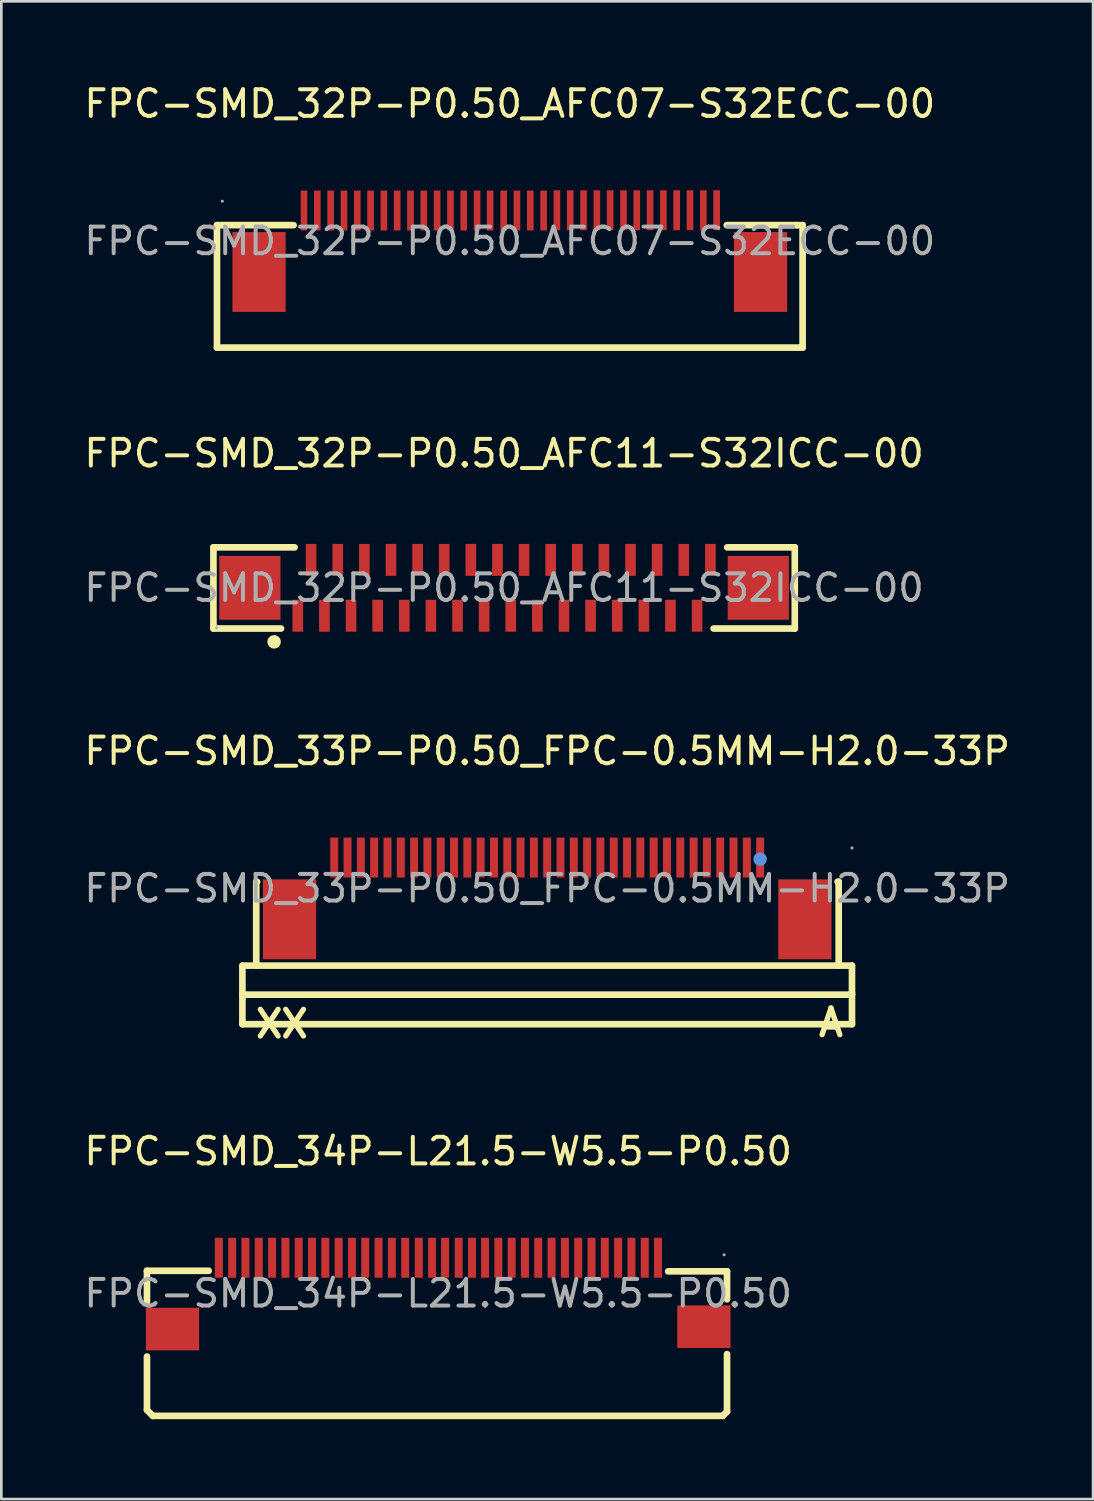
<source format=kicad_pcb>
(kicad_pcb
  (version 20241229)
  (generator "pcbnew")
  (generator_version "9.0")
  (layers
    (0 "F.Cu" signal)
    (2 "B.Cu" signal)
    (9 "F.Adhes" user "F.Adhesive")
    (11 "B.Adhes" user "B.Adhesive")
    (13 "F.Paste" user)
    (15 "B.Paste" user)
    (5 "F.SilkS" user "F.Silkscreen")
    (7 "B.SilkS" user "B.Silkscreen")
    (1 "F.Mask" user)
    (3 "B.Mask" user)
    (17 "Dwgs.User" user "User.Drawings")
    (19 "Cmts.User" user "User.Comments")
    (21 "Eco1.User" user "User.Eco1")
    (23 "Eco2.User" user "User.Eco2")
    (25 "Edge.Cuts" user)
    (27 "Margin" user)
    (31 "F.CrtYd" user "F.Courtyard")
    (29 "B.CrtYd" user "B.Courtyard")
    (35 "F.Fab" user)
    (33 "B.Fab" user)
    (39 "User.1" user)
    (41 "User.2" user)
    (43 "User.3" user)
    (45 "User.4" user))
  (footprint "FPC-SMD_32P-P0.50_AFC07-S32ECC-00"
    (layer "F.Cu")
    (at 16.101 6.008)
    (property "Reference" "FPC-SMD_32P-P0.50_AFC07-S32ECC-00" (at 0 -5.16 0) (layer "F.SilkS") (effects (font (size 1 1) (thickness 0.15))))
    (attr through_hole)
    (fp_line (start -11 -0.6) (end -11 4) (stroke (width 0.25) (type solid)) (layer "F.SilkS"))
    (fp_line (start -11 4) (end 11 4) (stroke (width 0.25) (type solid)) (layer "F.SilkS"))
    (fp_line (start -10.8 -0.6) (end -11 -0.6) (stroke (width 0.25) (type solid)) (layer "F.SilkS"))
    (fp_line (start -10.8 -0.6) (end -8.12 -0.6) (stroke (width 0.25) (type solid)) (layer "F.SilkS"))
    (fp_line (start 8.15 -0.6) (end 10.79 -0.6) (stroke (width 0.25) (type solid)) (layer "F.SilkS"))
    (fp_line (start 10.79 -0.6) (end 11 -0.6) (stroke (width 0.25) (type solid)) (layer "F.SilkS"))
    (fp_line (start 11 4) (end 11 -0.6) (stroke (width 0.25) (type solid)) (layer "F.SilkS"))
    (fp_circle (center -10.8 -1.5) (end -10.77 -1.5) (stroke (width 0.06) (type solid)) (fill no) (layer "F.Fab"))
    (fp_text user "${REFERENCE}" (at 0 0 0) (layer "F.Fab") (effects (font (size 1 1) (thickness 0.15))))
    (pad "1" smd rect (at -7.73 -1.15) (size 0.25 1.5) (layers "F.Cu" "F.Mask" "F.Paste"))
    (pad "2" smd rect (at -7.23 -1.15) (size 0.25 1.5) (layers "F.Cu" "F.Mask" "F.Paste"))
    (pad "3" smd rect (at -6.73 -1.15) (size 0.25 1.5) (layers "F.Cu" "F.Mask" "F.Paste"))
    (pad "4" smd rect (at -6.23 -1.15) (size 0.25 1.5) (layers "F.Cu" "F.Mask" "F.Paste"))
    (pad "5" smd rect (at -5.73 -1.15) (size 0.25 1.5) (layers "F.Cu" "F.Mask" "F.Paste"))
    (pad "6" smd rect (at -5.23 -1.15) (size 0.25 1.5) (layers "F.Cu" "F.Mask" "F.Paste"))
    (pad "7" smd rect (at -4.73 -1.15) (size 0.25 1.5) (layers "F.Cu" "F.Mask" "F.Paste"))
    (pad "8" smd rect (at -4.23 -1.15) (size 0.25 1.5) (layers "F.Cu" "F.Mask" "F.Paste"))
    (pad "9" smd rect (at -3.73 -1.15) (size 0.25 1.5) (layers "F.Cu" "F.Mask" "F.Paste"))
    (pad "10" smd rect (at -3.23 -1.15) (size 0.25 1.5) (layers "F.Cu" "F.Mask" "F.Paste"))
    (pad "11" smd rect (at -2.73 -1.15) (size 0.25 1.5) (layers "F.Cu" "F.Mask" "F.Paste"))
    (pad "12" smd rect (at -2.23 -1.15) (size 0.25 1.5) (layers "F.Cu" "F.Mask" "F.Paste"))
    (pad "13" smd rect (at -1.73 -1.15) (size 0.25 1.5) (layers "F.Cu" "F.Mask" "F.Paste"))
    (pad "14" smd rect (at -1.23 -1.15) (size 0.25 1.5) (layers "F.Cu" "F.Mask" "F.Paste"))
    (pad "15" smd rect (at -0.74 -1.15) (size 0.25 1.5) (layers "F.Cu" "F.Mask" "F.Paste"))
    (pad "16" smd rect (at -0.23 -1.15) (size 0.25 1.5) (layers "F.Cu" "F.Mask" "F.Paste"))
    (pad "17" smd rect (at 0.27 -1.15) (size 0.25 1.5) (layers "F.Cu" "F.Mask" "F.Paste"))
    (pad "18" smd rect (at 0.77 -1.15) (size 0.25 1.5) (layers "F.Cu" "F.Mask" "F.Paste"))
    (pad "19" smd rect (at 1.27 -1.15) (size 0.25 1.5) (layers "F.Cu" "F.Mask" "F.Paste"))
    (pad "20" smd rect (at 1.77 -1.16) (size 0.25 1.5) (layers "F.Cu" "F.Mask" "F.Paste"))
    (pad "21" smd rect (at 2.27 -1.16) (size 0.25 1.5) (layers "F.Cu" "F.Mask" "F.Paste"))
    (pad "22" smd rect (at 2.77 -1.16) (size 0.25 1.5) (layers "F.Cu" "F.Mask" "F.Paste"))
    (pad "23" smd rect (at 3.27 -1.16) (size 0.25 1.5) (layers "F.Cu" "F.Mask" "F.Paste"))
    (pad "24" smd rect (at 3.77 -1.16) (size 0.25 1.5) (layers "F.Cu" "F.Mask" "F.Paste"))
    (pad "25" smd rect (at 4.27 -1.16) (size 0.25 1.5) (layers "F.Cu" "F.Mask" "F.Paste"))
    (pad "26" smd rect (at 4.77 -1.16) (size 0.25 1.5) (layers "F.Cu" "F.Mask" "F.Paste"))
    (pad "27" smd rect (at 5.27 -1.16) (size 0.25 1.5) (layers "F.Cu" "F.Mask" "F.Paste"))
    (pad "28" smd rect (at 5.77 -1.16) (size 0.25 1.5) (layers "F.Cu" "F.Mask" "F.Paste"))
    (pad "29" smd rect (at 6.27 -1.16) (size 0.25 1.5) (layers "F.Cu" "F.Mask" "F.Paste"))
    (pad "30" smd rect (at 6.77 -1.16) (size 0.25 1.5) (layers "F.Cu" "F.Mask" "F.Paste"))
    (pad "31" smd rect (at 7.27 -1.16) (size 0.25 1.5) (layers "F.Cu" "F.Mask" "F.Paste"))
    (pad "32" smd rect (at 7.77 -1.16) (size 0.25 1.5) (layers "F.Cu" "F.Mask" "F.Paste"))
    (pad "33" smd rect (at 9.42 1.16 180) (size 2 3) (layers "F.Cu" "F.Mask" "F.Paste"))
    (pad "34" smd rect (at -9.42 1.16) (size 2 3) (layers "F.Cu" "F.Mask" "F.Paste")))
  (footprint "FPC-SMD_34P-L21.5-W5.5-P0.50"
    (layer "F.Cu")
    (at 13.411 45.539)
    (property "Reference" "FPC-SMD_34P-L21.5-W5.5-P0.50" (at 0 -5.34 0) (layer "F.SilkS") (effects (font (size 1 1) (thickness 0.15))))
    (attr through_hole)
    (fp_line (start -10.94 -0.85) (end -10.94 0.31) (stroke (width 0.25) (type solid)) (layer "F.SilkS"))
    (fp_line (start -10.94 2.37) (end -10.94 4.38) (stroke (width 0.25) (type solid)) (layer "F.SilkS"))
    (fp_line (start -10.94 4.38) (end -10.72 4.6) (stroke (width 0.25) (type solid)) (layer "F.SilkS"))
    (fp_line (start -10.72 4.6) (end 10.69 4.6) (stroke (width 0.25) (type solid)) (layer "F.SilkS"))
    (fp_line (start -8.62 -0.85) (end -10.94 -0.85) (stroke (width 0.25) (type solid)) (layer "F.SilkS"))
    (fp_line (start 8.64 -0.83) (end 10.85 -0.83) (stroke (width 0.25) (type solid)) (layer "F.SilkS"))
    (fp_line (start 10.85 -0.83) (end 10.85 0.22) (stroke (width 0.25) (type solid)) (layer "F.SilkS"))
    (fp_line (start 10.85 2.28) (end 10.85 4.44) (stroke (width 0.25) (type solid)) (layer "F.SilkS"))
    (fp_line (start 10.85 4.44) (end 10.69 4.6) (stroke (width 0.25) (type solid)) (layer "F.SilkS"))
    (fp_circle (center 10.74 -1.45) (end 10.77 -1.45) (stroke (width 0.06) (type solid)) (fill no) (layer "F.Fab"))
    (fp_text user "${REFERENCE}" (at 0 0 0) (layer "F.Fab") (effects (font (size 1 1) (thickness 0.15))))
    (pad "1" smd rect (at 8.26 -1.34 180) (size 0.3 1.5) (layers "F.Cu" "F.Mask" "F.Paste"))
    (pad "2" smd rect (at 7.76 -1.34 180) (size 0.3 1.5) (layers "F.Cu" "F.Mask" "F.Paste"))
    (pad "3" smd rect (at 7.26 -1.34 180) (size 0.3 1.5) (layers "F.Cu" "F.Mask" "F.Paste"))
    (pad "4" smd rect (at 6.76 -1.34 180) (size 0.3 1.5) (layers "F.Cu" "F.Mask" "F.Paste"))
    (pad "5" smd rect (at 6.26 -1.34 180) (size 0.3 1.5) (layers "F.Cu" "F.Mask" "F.Paste"))
    (pad "6" smd rect (at 5.76 -1.34 180) (size 0.3 1.5) (layers "F.Cu" "F.Mask" "F.Paste"))
    (pad "7" smd rect (at 5.26 -1.34 180) (size 0.3 1.5) (layers "F.Cu" "F.Mask" "F.Paste"))
    (pad "8" smd rect (at 4.76 -1.34 180) (size 0.3 1.5) (layers "F.Cu" "F.Mask" "F.Paste"))
    (pad "9" smd rect (at 4.26 -1.34 180) (size 0.3 1.5) (layers "F.Cu" "F.Mask" "F.Paste"))
    (pad "10" smd rect (at 3.76 -1.34 180) (size 0.3 1.5) (layers "F.Cu" "F.Mask" "F.Paste"))
    (pad "11" smd rect (at 3.26 -1.34 180) (size 0.3 1.5) (layers "F.Cu" "F.Mask" "F.Paste"))
    (pad "12" smd rect (at 2.76 -1.34 180) (size 0.3 1.5) (layers "F.Cu" "F.Mask" "F.Paste"))
    (pad "13" smd rect (at 2.26 -1.34 180) (size 0.3 1.5) (layers "F.Cu" "F.Mask" "F.Paste"))
    (pad "14" smd rect (at 1.76 -1.34 180) (size 0.3 1.5) (layers "F.Cu" "F.Mask" "F.Paste"))
    (pad "15" smd rect (at 1.27 -1.34 180) (size 0.3 1.5) (layers "F.Cu" "F.Mask" "F.Paste"))
    (pad "16" smd rect (at 0.77 -1.34 180) (size 0.3 1.5) (layers "F.Cu" "F.Mask" "F.Paste"))
    (pad "17" smd rect (at 0.26 -1.34 180) (size 0.3 1.5) (layers "F.Cu" "F.Mask" "F.Paste"))
    (pad "18" smd rect (at -0.23 -1.34 180) (size 0.3 1.5) (layers "F.Cu" "F.Mask" "F.Paste"))
    (pad "19" smd rect (at -0.73 -1.34 180) (size 0.3 1.5) (layers "F.Cu" "F.Mask" "F.Paste"))
    (pad "20" smd rect (at -1.24 -1.34 180) (size 0.3 1.5) (layers "F.Cu" "F.Mask" "F.Paste"))
    (pad "21" smd rect (at -1.74 -1.34 180) (size 0.3 1.5) (layers "F.Cu" "F.Mask" "F.Paste"))
    (pad "22" smd rect (at -2.24 -1.34 180) (size 0.3 1.5) (layers "F.Cu" "F.Mask" "F.Paste"))
    (pad "23" smd rect (at -2.74 -1.34 180) (size 0.3 1.5) (layers "F.Cu" "F.Mask" "F.Paste"))
    (pad "24" smd rect (at -3.24 -1.34 180) (size 0.3 1.5) (layers "F.Cu" "F.Mask" "F.Paste"))
    (pad "25" smd rect (at -3.74 -1.34 180) (size 0.3 1.5) (layers "F.Cu" "F.Mask" "F.Paste"))
    (pad "26" smd rect (at -4.24 -1.34 180) (size 0.3 1.5) (layers "F.Cu" "F.Mask" "F.Paste"))
    (pad "27" smd rect (at -4.74 -1.34 180) (size 0.3 1.5) (layers "F.Cu" "F.Mask" "F.Paste"))
    (pad "28" smd rect (at -5.24 -1.34 180) (size 0.3 1.5) (layers "F.Cu" "F.Mask" "F.Paste"))
    (pad "29" smd rect (at -5.74 -1.34 180) (size 0.3 1.5) (layers "F.Cu" "F.Mask" "F.Paste"))
    (pad "30" smd rect (at -6.24 -1.34 180) (size 0.3 1.5) (layers "F.Cu" "F.Mask" "F.Paste"))
    (pad "31" smd rect (at -6.74 -1.34 180) (size 0.3 1.5) (layers "F.Cu" "F.Mask" "F.Paste"))
    (pad "32" smd rect (at -7.24 -1.34 180) (size 0.3 1.5) (layers "F.Cu" "F.Mask" "F.Paste"))
    (pad "33" smd rect (at -7.74 -1.34 180) (size 0.3 1.5) (layers "F.Cu" "F.Mask" "F.Paste"))
    (pad "34" smd rect (at -8.24 -1.34 180) (size 0.3 1.5) (layers "F.Cu" "F.Mask" "F.Paste"))
    (pad "35" smd rect (at 9.98 1.25 180) (size 2 1.6) (layers "F.Cu" "F.Mask" "F.Paste"))
    (pad "36" smd rect (at -9.98 1.34) (size 2 1.6) (layers "F.Cu" "F.Mask" "F.Paste")))
  (footprint "FPC-SMD_32P-P0.50_AFC11-S32ICC-00"
    (layer "F.Cu")
    (at 15.887 19.032)
    (property "Reference" "FPC-SMD_32P-P0.50_AFC11-S32ICC-00" (at 0 -5.05 0) (layer "F.SilkS") (effects (font (size 1 1) (thickness 0.15))))
    (attr through_hole)
    (fp_line (start -10.92 -1.52) (end -7.87 -1.52) (stroke (width 0.25) (type solid)) (layer "F.SilkS"))
    (fp_line (start -10.92 1.53) (end -10.92 -1.52) (stroke (width 0.25) (type solid)) (layer "F.SilkS"))
    (fp_line (start -8.38 1.53) (end -10.92 1.53) (stroke (width 0.25) (type solid)) (layer "F.SilkS"))
    (fp_line (start 10.92 -1.52) (end 8.38 -1.52) (stroke (width 0.25) (type solid)) (layer "F.SilkS"))
    (fp_line (start 10.92 1.53) (end 7.87 1.53) (stroke (width 0.25) (type solid)) (layer "F.SilkS"))
    (fp_line (start 10.92 1.53) (end 10.92 -1.52) (stroke (width 0.25) (type solid)) (layer "F.SilkS"))
    (fp_circle (center -8.64 2.03) (end -8.51 2.03) (stroke (width 0.25) (type solid)) (fill no) (layer "F.SilkS"))
    (fp_circle (center -10.8 1.5) (end -10.77 1.5) (stroke (width 0.06) (type solid)) (fill no) (layer "F.Fab"))
    (fp_text user "${REFERENCE}" (at 0 0 0) (layer "F.Fab") (effects (font (size 1 1) (thickness 0.15))))
    (pad "1" smd rect (at -7.75 1.05) (size 0.4 1.2) (layers "F.Cu" "F.Mask" "F.Paste"))
    (pad "2" smd rect (at -7.25 -1.05) (size 0.4 1.2) (layers "F.Cu" "F.Mask" "F.Paste"))
    (pad "3" smd rect (at -6.75 1.05) (size 0.4 1.2) (layers "F.Cu" "F.Mask" "F.Paste"))
    (pad "4" smd rect (at -6.25 -1.05) (size 0.4 1.2) (layers "F.Cu" "F.Mask" "F.Paste"))
    (pad "5" smd rect (at -5.75 1.05) (size 0.4 1.2) (layers "F.Cu" "F.Mask" "F.Paste"))
    (pad "6" smd rect (at -5.25 -1.05) (size 0.4 1.2) (layers "F.Cu" "F.Mask" "F.Paste"))
    (pad "7" smd rect (at -4.75 1.05) (size 0.4 1.2) (layers "F.Cu" "F.Mask" "F.Paste"))
    (pad "8" smd rect (at -4.25 -1.05) (size 0.4 1.2) (layers "F.Cu" "F.Mask" "F.Paste"))
    (pad "9" smd rect (at -3.75 1.05) (size 0.4 1.2) (layers "F.Cu" "F.Mask" "F.Paste"))
    (pad "10" smd rect (at -3.25 -1.05) (size 0.4 1.2) (layers "F.Cu" "F.Mask" "F.Paste"))
    (pad "11" smd rect (at -2.75 1.05) (size 0.4 1.2) (layers "F.Cu" "F.Mask" "F.Paste"))
    (pad "12" smd rect (at -2.25 -1.05) (size 0.4 1.2) (layers "F.Cu" "F.Mask" "F.Paste"))
    (pad "13" smd rect (at -1.75 1.05) (size 0.4 1.2) (layers "F.Cu" "F.Mask" "F.Paste"))
    (pad "14" smd rect (at -1.25 -1.05) (size 0.4 1.2) (layers "F.Cu" "F.Mask" "F.Paste"))
    (pad "15" smd rect (at -0.75 1.05) (size 0.4 1.2) (layers "F.Cu" "F.Mask" "F.Paste"))
    (pad "16" smd rect (at -0.25 -1.05) (size 0.4 1.2) (layers "F.Cu" "F.Mask" "F.Paste"))
    (pad "17" smd rect (at 0.25 1.05) (size 0.4 1.2) (layers "F.Cu" "F.Mask" "F.Paste"))
    (pad "18" smd rect (at 0.75 -1.05) (size 0.4 1.2) (layers "F.Cu" "F.Mask" "F.Paste"))
    (pad "19" smd rect (at 1.25 1.05) (size 0.4 1.2) (layers "F.Cu" "F.Mask" "F.Paste"))
    (pad "20" smd rect (at 1.75 -1.05) (size 0.4 1.2) (layers "F.Cu" "F.Mask" "F.Paste"))
    (pad "21" smd rect (at 2.25 1.05) (size 0.4 1.2) (layers "F.Cu" "F.Mask" "F.Paste"))
    (pad "22" smd rect (at 2.75 -1.05) (size 0.4 1.2) (layers "F.Cu" "F.Mask" "F.Paste"))
    (pad "23" smd rect (at 3.25 1.05) (size 0.4 1.2) (layers "F.Cu" "F.Mask" "F.Paste"))
    (pad "24" smd rect (at 3.75 -1.05) (size 0.4 1.2) (layers "F.Cu" "F.Mask" "F.Paste"))
    (pad "25" smd rect (at 4.25 1.05) (size 0.4 1.2) (layers "F.Cu" "F.Mask" "F.Paste"))
    (pad "26" smd rect (at 4.75 -1.05) (size 0.4 1.2) (layers "F.Cu" "F.Mask" "F.Paste"))
    (pad "27" smd rect (at 5.25 1.05) (size 0.4 1.2) (layers "F.Cu" "F.Mask" "F.Paste"))
    (pad "28" smd rect (at 5.75 -1.05) (size 0.4 1.2) (layers "F.Cu" "F.Mask" "F.Paste"))
    (pad "29" smd rect (at 6.25 1.05) (size 0.4 1.2) (layers "F.Cu" "F.Mask" "F.Paste"))
    (pad "30" smd rect (at 6.75 -1.05) (size 0.4 1.2) (layers "F.Cu" "F.Mask" "F.Paste"))
    (pad "31" smd rect (at 7.25 1.05) (size 0.4 1.2) (layers "F.Cu" "F.Mask" "F.Paste"))
    (pad "32" smd rect (at 7.75 -1.05) (size 0.4 1.2) (layers "F.Cu" "F.Mask" "F.Paste"))
    (pad "33" smd rect (at -9.55 0) (size 2.3 2.4) (layers "F.Cu" "F.Mask" "F.Paste"))
    (pad "34" smd rect (at 9.55 0) (size 2.3 2.4) (layers "F.Cu" "F.Mask" "F.Paste")))
  (footprint "FPC-SMD_33P-P0.50_FPC-0.5MM-H2.0-33P"
    (layer "F.Cu")
    (at 17.506 30.325)
    (property "Reference" "FPC-SMD_33P-P0.50_FPC-0.5MM-H2.0-33P" (at 0 -5.16 0) (layer "F.SilkS") (effects (font (size 1 1) (thickness 0.15))))
    (attr through_hole)
    (fp_line (start -11.45 2.9) (end -11.45 3.95) (stroke (width 0.25) (type solid)) (layer "F.SilkS"))
    (fp_line (start -11.45 3.95) (end -11.45 5.1) (stroke (width 0.25) (type solid)) (layer "F.SilkS"))
    (fp_line (start -11.45 5.1) (end 11.45 5.1) (stroke (width 0.25) (type solid)) (layer "F.SilkS"))
    (fp_line (start -11.37 3.99) (end -11.45 4.07) (stroke (width 0.25) (type solid)) (layer "F.SilkS"))
    (fp_line (start -10.93 -0.25) (end -10.9 -0.25) (stroke (width 0.25) (type solid)) (layer "F.SilkS"))
    (fp_line (start -10.93 2.9) (end -10.93 -0.25) (stroke (width 0.25) (type solid)) (layer "F.SilkS"))
    (fp_line (start 10.91 -0.25) (end 10.95 -0.25) (stroke (width 0.25) (type solid)) (layer "F.SilkS"))
    (fp_line (start 10.95 -0.25) (end 10.95 2.9) (stroke (width 0.25) (type solid)) (layer "F.SilkS"))
    (fp_line (start 11.45 2.9) (end -11.45 2.9) (stroke (width 0.25) (type solid)) (layer "F.SilkS"))
    (fp_line (start 11.45 3.95) (end 11.45 2.9) (stroke (width 0.25) (type solid)) (layer "F.SilkS"))
    (fp_line (start 11.45 3.99) (end -11.37 3.99) (stroke (width 0.25) (type solid)) (layer "F.SilkS"))
    (fp_line (start 11.45 5.1) (end 11.45 3.95) (stroke (width 0.25) (type solid)) (layer "F.SilkS"))
    (fp_circle (center 8 -1.1) (end 8.13 -1.1) (stroke (width 0.25) (type solid)) (fill no) (layer "Cmts.User"))
    (fp_circle (center 11.45 -1.52) (end 11.48 -1.52) (stroke (width 0.06) (type solid)) (fill no) (layer "F.Fab"))
    (fp_text user "A" (at 10.1 5.04 0) (layer "F.SilkS") (effects (font (size 1 1) (thickness 0.2)) (justify left)))
    (fp_text user "XX" (at -11.05 5.09 0) (layer "F.SilkS") (effects (font (size 1 1) (thickness 0.2)) (justify left)))
    (fp_text user "${REFERENCE}" (at 0 0 0) (layer "F.Fab") (effects (font (size 1 1) (thickness 0.15))))
    (pad "1" smd rect (at 8 -1.16 180) (size 0.3 1.5) (layers "F.Cu" "F.Mask" "F.Paste"))
    (pad "2" smd rect (at 7.5 -1.16 180) (size 0.3 1.5) (layers "F.Cu" "F.Mask" "F.Paste"))
    (pad "3" smd rect (at 7 -1.16 180) (size 0.3 1.5) (layers "F.Cu" "F.Mask" "F.Paste"))
    (pad "4" smd rect (at 6.5 -1.16 180) (size 0.3 1.5) (layers "F.Cu" "F.Mask" "F.Paste"))
    (pad "5" smd rect (at 6 -1.16 180) (size 0.3 1.5) (layers "F.Cu" "F.Mask" "F.Paste"))
    (pad "6" smd rect (at 5.5 -1.16 180) (size 0.3 1.5) (layers "F.Cu" "F.Mask" "F.Paste"))
    (pad "7" smd rect (at 5 -1.16 180) (size 0.3 1.5) (layers "F.Cu" "F.Mask" "F.Paste"))
    (pad "8" smd rect (at 4.5 -1.16 180) (size 0.3 1.5) (layers "F.Cu" "F.Mask" "F.Paste"))
    (pad "9" smd rect (at 4 -1.16 180) (size 0.3 1.5) (layers "F.Cu" "F.Mask" "F.Paste"))
    (pad "10" smd rect (at 3.5 -1.16 180) (size 0.3 1.5) (layers "F.Cu" "F.Mask" "F.Paste"))
    (pad "11" smd rect (at 3 -1.16 180) (size 0.3 1.5) (layers "F.Cu" "F.Mask" "F.Paste"))
    (pad "12" smd rect (at 2.5 -1.16 180) (size 0.3 1.5) (layers "F.Cu" "F.Mask" "F.Paste"))
    (pad "13" smd rect (at 2 -1.16 180) (size 0.3 1.5) (layers "F.Cu" "F.Mask" "F.Paste"))
    (pad "14" smd rect (at 1.5 -1.16 180) (size 0.3 1.5) (layers "F.Cu" "F.Mask" "F.Paste"))
    (pad "15" smd rect (at 1 -1.16 180) (size 0.3 1.5) (layers "F.Cu" "F.Mask" "F.Paste"))
    (pad "16" smd rect (at 0.5 -1.16 180) (size 0.3 1.5) (layers "F.Cu" "F.Mask" "F.Paste"))
    (pad "17" smd rect (at 0 -1.16 180) (size 0.3 1.5) (layers "F.Cu" "F.Mask" "F.Paste"))
    (pad "18" smd rect (at -0.5 -1.16 180) (size 0.3 1.5) (layers "F.Cu" "F.Mask" "F.Paste"))
    (pad "19" smd rect (at -1 -1.16 180) (size 0.3 1.5) (layers "F.Cu" "F.Mask" "F.Paste"))
    (pad "20" smd rect (at -1.5 -1.16 180) (size 0.3 1.5) (layers "F.Cu" "F.Mask" "F.Paste"))
    (pad "21" smd rect (at -2 -1.16 180) (size 0.3 1.5) (layers "F.Cu" "F.Mask" "F.Paste"))
    (pad "22" smd rect (at -2.5 -1.16 180) (size 0.3 1.5) (layers "F.Cu" "F.Mask" "F.Paste"))
    (pad "23" smd rect (at -3 -1.16 180) (size 0.3 1.5) (layers "F.Cu" "F.Mask" "F.Paste"))
    (pad "24" smd rect (at -3.5 -1.16 180) (size 0.3 1.5) (layers "F.Cu" "F.Mask" "F.Paste"))
    (pad "25" smd rect (at -4 -1.16 180) (size 0.3 1.5) (layers "F.Cu" "F.Mask" "F.Paste"))
    (pad "26" smd rect (at -4.5 -1.16 180) (size 0.3 1.5) (layers "F.Cu" "F.Mask" "F.Paste"))
    (pad "27" smd rect (at -5 -1.16 180) (size 0.3 1.5) (layers "F.Cu" "F.Mask" "F.Paste"))
    (pad "28" smd rect (at -5.5 -1.16 180) (size 0.3 1.5) (layers "F.Cu" "F.Mask" "F.Paste"))
    (pad "29" smd rect (at -6 -1.16 180) (size 0.3 1.5) (layers "F.Cu" "F.Mask" "F.Paste"))
    (pad "30" smd rect (at -6.5 -1.16 180) (size 0.3 1.5) (layers "F.Cu" "F.Mask" "F.Paste"))
    (pad "31" smd rect (at -7 -1.16 180) (size 0.3 1.5) (layers "F.Cu" "F.Mask" "F.Paste"))
    (pad "32" smd rect (at -7.5 -1.16 180) (size 0.3 1.5) (layers "F.Cu" "F.Mask" "F.Paste"))
    (pad "33" smd rect (at -8 -1.16 180) (size 0.3 1.5) (layers "F.Cu" "F.Mask" "F.Paste"))
    (pad "34" smd rect (at -9.68 1.16) (size 2 3) (layers "F.Cu" "F.Mask" "F.Paste"))
    (pad "35" smd rect (at 9.68 1.16 180) (size 2 3) (layers "F.Cu" "F.Mask" "F.Paste")))
  (gr_rect
    (start -3 -3)
    (end 38.012 53.264)
    (stroke (width 0.1) (type default))
    (fill no)
    (layer "Edge.Cuts")))
</source>
